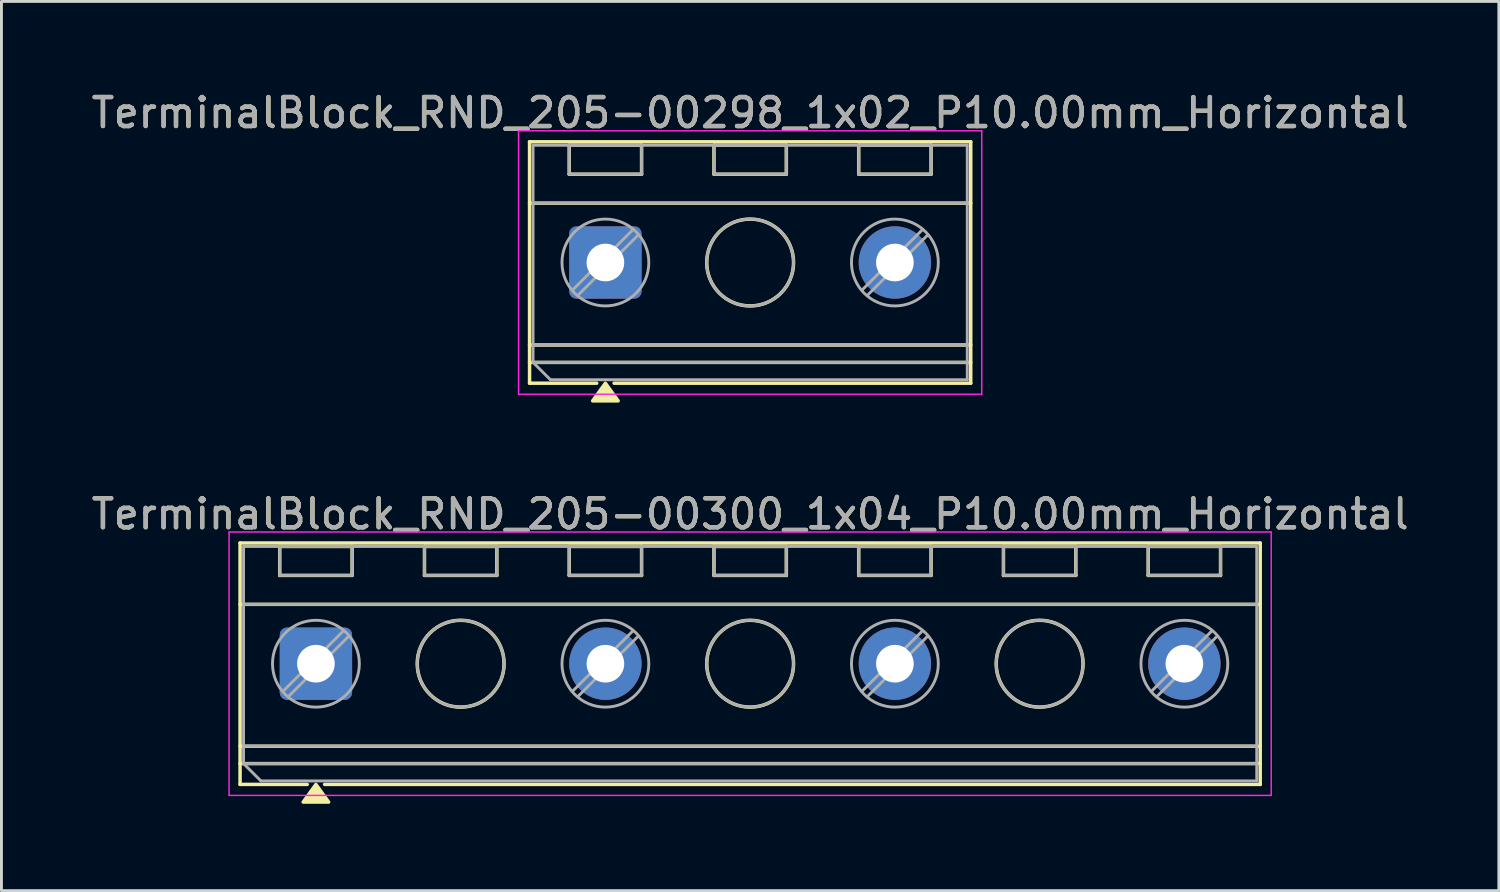
<source format=kicad_pcb>
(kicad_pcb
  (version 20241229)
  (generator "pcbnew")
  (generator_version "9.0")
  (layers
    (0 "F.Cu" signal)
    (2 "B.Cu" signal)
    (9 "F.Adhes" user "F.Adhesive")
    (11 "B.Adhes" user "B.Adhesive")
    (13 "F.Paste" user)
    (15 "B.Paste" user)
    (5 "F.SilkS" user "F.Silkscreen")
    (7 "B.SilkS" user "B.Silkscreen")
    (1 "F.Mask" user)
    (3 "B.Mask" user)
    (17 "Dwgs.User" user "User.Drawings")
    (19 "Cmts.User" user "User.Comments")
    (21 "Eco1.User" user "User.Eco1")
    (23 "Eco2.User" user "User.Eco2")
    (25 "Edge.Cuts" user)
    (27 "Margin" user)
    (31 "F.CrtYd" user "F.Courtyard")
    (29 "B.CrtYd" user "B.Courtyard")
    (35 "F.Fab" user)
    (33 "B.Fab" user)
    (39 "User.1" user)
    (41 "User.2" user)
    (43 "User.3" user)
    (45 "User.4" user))
  (footprint "TerminalBlock_RND_205-00300_1x04_P10.00mm_Horizontal"
    (layer "F.Cu")
    (at 7.863 19.877)
    (property "Reference" "TerminalBlock_RND_205-00300_1x04_P10.00mm_Horizontal" (at 15 -5.17 0) (layer "F.SilkS") (effects (font (size 1 1) (thickness 0.15))))
    (attr through_hole)
    (fp_line (start -2.62 -4.17) (end 32.62 -4.17) (stroke (width 0.12) (type solid)) (layer "F.SilkS"))
    (fp_line (start -2.62 -2.05) (end 32.62 -2.05) (stroke (width 0.12) (type solid)) (layer "F.SilkS"))
    (fp_line (start -2.62 2.85) (end 32.62 2.85) (stroke (width 0.12) (type solid)) (layer "F.SilkS"))
    (fp_line (start -2.62 3.45) (end 32.62 3.45) (stroke (width 0.12) (type solid)) (layer "F.SilkS"))
    (fp_line (start -2.62 4.17) (end -2.62 -4.17) (stroke (width 0.12) (type solid)) (layer "F.SilkS"))
    (fp_line (start -1.25 -4.05) (end 1.25 -4.05) (stroke (width 0.12) (type solid)) (layer "F.SilkS"))
    (fp_line (start -1.25 -3.05) (end -1.25 -4.05) (stroke (width 0.12) (type solid)) (layer "F.SilkS"))
    (fp_line (start -0.3 4.17) (end -2.62 4.17) (stroke (width 0.12) (type solid)) (layer "F.SilkS"))
    (fp_line (start 1.25 -4.05) (end 1.25 -3.05) (stroke (width 0.12) (type solid)) (layer "F.SilkS"))
    (fp_line (start 1.25 -3.05) (end -1.25 -3.05) (stroke (width 0.12) (type solid)) (layer "F.SilkS"))
    (fp_line (start 3.75 -4.05) (end 6.25 -4.05) (stroke (width 0.12) (type solid)) (layer "F.SilkS"))
    (fp_line (start 3.75 -3.05) (end 3.75 -4.05) (stroke (width 0.12) (type solid)) (layer "F.SilkS"))
    (fp_line (start 6.25 -4.05) (end 6.25 -3.05) (stroke (width 0.12) (type solid)) (layer "F.SilkS"))
    (fp_line (start 6.25 -3.05) (end 3.75 -3.05) (stroke (width 0.12) (type solid)) (layer "F.SilkS"))
    (fp_line (start 8.75 -4.05) (end 11.25 -4.05) (stroke (width 0.12) (type solid)) (layer "F.SilkS"))
    (fp_line (start 8.75 -3.05) (end 8.75 -4.05) (stroke (width 0.12) (type solid)) (layer "F.SilkS"))
    (fp_line (start 11.25 -4.05) (end 11.25 -3.05) (stroke (width 0.12) (type solid)) (layer "F.SilkS"))
    (fp_line (start 11.25 -3.05) (end 8.75 -3.05) (stroke (width 0.12) (type solid)) (layer "F.SilkS"))
    (fp_line (start 13.75 -4.05) (end 16.25 -4.05) (stroke (width 0.12) (type solid)) (layer "F.SilkS"))
    (fp_line (start 13.75 -3.05) (end 13.75 -4.05) (stroke (width 0.12) (type solid)) (layer "F.SilkS"))
    (fp_line (start 16.25 -4.05) (end 16.25 -3.05) (stroke (width 0.12) (type solid)) (layer "F.SilkS"))
    (fp_line (start 16.25 -3.05) (end 13.75 -3.05) (stroke (width 0.12) (type solid)) (layer "F.SilkS"))
    (fp_line (start 18.75 -4.05) (end 21.25 -4.05) (stroke (width 0.12) (type solid)) (layer "F.SilkS"))
    (fp_line (start 18.75 -3.05) (end 18.75 -4.05) (stroke (width 0.12) (type solid)) (layer "F.SilkS"))
    (fp_line (start 21.25 -4.05) (end 21.25 -3.05) (stroke (width 0.12) (type solid)) (layer "F.SilkS"))
    (fp_line (start 21.25 -3.05) (end 18.75 -3.05) (stroke (width 0.12) (type solid)) (layer "F.SilkS"))
    (fp_line (start 23.75 -4.05) (end 26.25 -4.05) (stroke (width 0.12) (type solid)) (layer "F.SilkS"))
    (fp_line (start 23.75 -3.05) (end 23.75 -4.05) (stroke (width 0.12) (type solid)) (layer "F.SilkS"))
    (fp_line (start 26.25 -4.05) (end 26.25 -3.05) (stroke (width 0.12) (type solid)) (layer "F.SilkS"))
    (fp_line (start 26.25 -3.05) (end 23.75 -3.05) (stroke (width 0.12) (type solid)) (layer "F.SilkS"))
    (fp_line (start 28.75 -4.05) (end 31.25 -4.05) (stroke (width 0.12) (type solid)) (layer "F.SilkS"))
    (fp_line (start 28.75 -3.05) (end 28.75 -4.05) (stroke (width 0.12) (type solid)) (layer "F.SilkS"))
    (fp_line (start 31.25 -4.05) (end 31.25 -3.05) (stroke (width 0.12) (type solid)) (layer "F.SilkS"))
    (fp_line (start 31.25 -3.05) (end 28.75 -3.05) (stroke (width 0.12) (type solid)) (layer "F.SilkS"))
    (fp_line (start 32.62 -4.17) (end 32.62 4.17) (stroke (width 0.12) (type solid)) (layer "F.SilkS"))
    (fp_line (start 32.62 4.17) (end 0.3 4.17) (stroke (width 0.12) (type solid)) (layer "F.SilkS"))
    (fp_circle (center 5 0) (end 6.5 0) (stroke (width 0.12) (type solid)) (fill no) (layer "F.SilkS"))
    (fp_circle (center 15 0) (end 16.5 0) (stroke (width 0.12) (type solid)) (fill no) (layer "F.SilkS"))
    (fp_circle (center 25 0) (end 26.5 0) (stroke (width 0.12) (type solid)) (fill no) (layer "F.SilkS"))
    (fp_poly (pts (xy 0 4.17) (xy 0.44 4.78) (xy -0.44 4.78)) (stroke (width 0.12) (type solid)) (fill yes) (layer "F.SilkS"))
    (fp_line (start -3 -4.55) (end -3 4.55) (stroke (width 0.05) (type solid)) (layer "F.CrtYd"))
    (fp_line (start -3 4.55) (end 33 4.55) (stroke (width 0.05) (type solid)) (layer "F.CrtYd"))
    (fp_line (start 33 -4.55) (end -3 -4.55) (stroke (width 0.05) (type solid)) (layer "F.CrtYd"))
    (fp_line (start 33 4.55) (end 33 -4.55) (stroke (width 0.05) (type solid)) (layer "F.CrtYd"))
    (fp_line (start -2.5 -4.05) (end 32.5 -4.05) (stroke (width 0.1) (type solid)) (layer "F.Fab"))
    (fp_line (start -2.5 -2.05) (end 32.5 -2.05) (stroke (width 0.1) (type solid)) (layer "F.Fab"))
    (fp_line (start -2.5 2.85) (end 32.5 2.85) (stroke (width 0.1) (type solid)) (layer "F.Fab"))
    (fp_line (start -2.5 3.45) (end -2.5 -4.05) (stroke (width 0.1) (type solid)) (layer "F.Fab"))
    (fp_line (start -2.5 3.45) (end 32.5 3.45) (stroke (width 0.1) (type solid)) (layer "F.Fab"))
    (fp_line (start -1.9 4.05) (end -2.5 3.45) (stroke (width 0.1) (type solid)) (layer "F.Fab"))
    (fp_line (start -1.25 -4.05) (end -1.25 -3.05) (stroke (width 0.1) (type solid)) (layer "F.Fab"))
    (fp_line (start -1.25 -3.05) (end 1.25 -3.05) (stroke (width 0.1) (type solid)) (layer "F.Fab"))
    (fp_line (start 0.955 -1.138) (end -1.138 0.955) (stroke (width 0.1) (type solid)) (layer "F.Fab"))
    (fp_line (start 1.138 -0.955) (end -0.955 1.138) (stroke (width 0.1) (type solid)) (layer "F.Fab"))
    (fp_line (start 1.25 -4.05) (end -1.25 -4.05) (stroke (width 0.1) (type solid)) (layer "F.Fab"))
    (fp_line (start 1.25 -3.05) (end 1.25 -4.05) (stroke (width 0.1) (type solid)) (layer "F.Fab"))
    (fp_line (start 3.75 -4.05) (end 3.75 -3.05) (stroke (width 0.1) (type solid)) (layer "F.Fab"))
    (fp_line (start 3.75 -3.05) (end 6.25 -3.05) (stroke (width 0.1) (type solid)) (layer "F.Fab"))
    (fp_line (start 6.25 -4.05) (end 3.75 -4.05) (stroke (width 0.1) (type solid)) (layer "F.Fab"))
    (fp_line (start 6.25 -3.05) (end 6.25 -4.05) (stroke (width 0.1) (type solid)) (layer "F.Fab"))
    (fp_line (start 8.75 -4.05) (end 8.75 -3.05) (stroke (width 0.1) (type solid)) (layer "F.Fab"))
    (fp_line (start 8.75 -3.05) (end 11.25 -3.05) (stroke (width 0.1) (type solid)) (layer "F.Fab"))
    (fp_line (start 10.955 -1.138) (end 8.862 0.955) (stroke (width 0.1) (type solid)) (layer "F.Fab"))
    (fp_line (start 11.138 -0.955) (end 9.045 1.138) (stroke (width 0.1) (type solid)) (layer "F.Fab"))
    (fp_line (start 11.25 -4.05) (end 8.75 -4.05) (stroke (width 0.1) (type solid)) (layer "F.Fab"))
    (fp_line (start 11.25 -3.05) (end 11.25 -4.05) (stroke (width 0.1) (type solid)) (layer "F.Fab"))
    (fp_line (start 13.75 -4.05) (end 13.75 -3.05) (stroke (width 0.1) (type solid)) (layer "F.Fab"))
    (fp_line (start 13.75 -3.05) (end 16.25 -3.05) (stroke (width 0.1) (type solid)) (layer "F.Fab"))
    (fp_line (start 16.25 -4.05) (end 13.75 -4.05) (stroke (width 0.1) (type solid)) (layer "F.Fab"))
    (fp_line (start 16.25 -3.05) (end 16.25 -4.05) (stroke (width 0.1) (type solid)) (layer "F.Fab"))
    (fp_line (start 18.75 -4.05) (end 18.75 -3.05) (stroke (width 0.1) (type solid)) (layer "F.Fab"))
    (fp_line (start 18.75 -3.05) (end 21.25 -3.05) (stroke (width 0.1) (type solid)) (layer "F.Fab"))
    (fp_line (start 20.955 -1.138) (end 18.862 0.955) (stroke (width 0.1) (type solid)) (layer "F.Fab"))
    (fp_line (start 21.138 -0.955) (end 19.045 1.138) (stroke (width 0.1) (type solid)) (layer "F.Fab"))
    (fp_line (start 21.25 -4.05) (end 18.75 -4.05) (stroke (width 0.1) (type solid)) (layer "F.Fab"))
    (fp_line (start 21.25 -3.05) (end 21.25 -4.05) (stroke (width 0.1) (type solid)) (layer "F.Fab"))
    (fp_line (start 23.75 -4.05) (end 23.75 -3.05) (stroke (width 0.1) (type solid)) (layer "F.Fab"))
    (fp_line (start 23.75 -3.05) (end 26.25 -3.05) (stroke (width 0.1) (type solid)) (layer "F.Fab"))
    (fp_line (start 26.25 -4.05) (end 23.75 -4.05) (stroke (width 0.1) (type solid)) (layer "F.Fab"))
    (fp_line (start 26.25 -3.05) (end 26.25 -4.05) (stroke (width 0.1) (type solid)) (layer "F.Fab"))
    (fp_line (start 28.75 -4.05) (end 28.75 -3.05) (stroke (width 0.1) (type solid)) (layer "F.Fab"))
    (fp_line (start 28.75 -3.05) (end 31.25 -3.05) (stroke (width 0.1) (type solid)) (layer "F.Fab"))
    (fp_line (start 30.955 -1.138) (end 28.862 0.955) (stroke (width 0.1) (type solid)) (layer "F.Fab"))
    (fp_line (start 31.138 -0.955) (end 29.045 1.138) (stroke (width 0.1) (type solid)) (layer "F.Fab"))
    (fp_line (start 31.25 -4.05) (end 28.75 -4.05) (stroke (width 0.1) (type solid)) (layer "F.Fab"))
    (fp_line (start 31.25 -3.05) (end 31.25 -4.05) (stroke (width 0.1) (type solid)) (layer "F.Fab"))
    (fp_line (start 32.5 -4.05) (end 32.5 4.05) (stroke (width 0.1) (type solid)) (layer "F.Fab"))
    (fp_line (start 32.5 4.05) (end -1.9 4.05) (stroke (width 0.1) (type solid)) (layer "F.Fab"))
    (fp_circle (center 0 0) (end 1.5 0) (stroke (width 0.1) (type solid)) (fill no) (layer "F.Fab"))
    (fp_circle (center 5 0) (end 6.5 0) (stroke (width 0.1) (type solid)) (fill no) (layer "F.Fab"))
    (fp_circle (center 10 0) (end 11.5 0) (stroke (width 0.1) (type solid)) (fill no) (layer "F.Fab"))
    (fp_circle (center 15 0) (end 16.5 0) (stroke (width 0.1) (type solid)) (fill no) (layer "F.Fab"))
    (fp_circle (center 20 0) (end 21.5 0) (stroke (width 0.1) (type solid)) (fill no) (layer "F.Fab"))
    (fp_circle (center 25 0) (end 26.5 0) (stroke (width 0.1) (type solid)) (fill no) (layer "F.Fab"))
    (fp_circle (center 30 0) (end 31.5 0) (stroke (width 0.1) (type solid)) (fill no) (layer "F.Fab"))
    (fp_text user "${REFERENCE}" (at 15 -5.17 0) (layer "F.Fab") (effects (font (size 1 1) (thickness 0.15))))
    (pad "1" thru_hole roundrect (at 0 0) (size 2.5 2.5) (drill 1.3) (layers "*.Cu" "*.Mask") (roundrect_rratio 0.1))
    (pad "2" thru_hole circle (at 10 0) (size 2.5 2.5) (drill 1.3) (layers "*.Cu" "*.Mask"))
    (pad "3" thru_hole circle (at 20 0) (size 2.5 2.5) (drill 1.3) (layers "*.Cu" "*.Mask"))
    (pad "4" thru_hole circle (at 30 0) (size 2.5 2.5) (drill 1.3) (layers "*.Cu" "*.Mask")))
  (footprint "TerminalBlock_RND_205-00298_1x02_P10.00mm_Horizontal"
    (layer "F.Cu")
    (at 17.863 6.018)
    (property "Reference" "TerminalBlock_RND_205-00298_1x02_P10.00mm_Horizontal" (at 5 -5.17 0) (layer "F.SilkS") (effects (font (size 1 1) (thickness 0.15))))
    (attr through_hole)
    (fp_line (start -2.62 -4.17) (end 12.62 -4.17) (stroke (width 0.12) (type solid)) (layer "F.SilkS"))
    (fp_line (start -2.62 -2.05) (end 12.62 -2.05) (stroke (width 0.12) (type solid)) (layer "F.SilkS"))
    (fp_line (start -2.62 2.85) (end 12.62 2.85) (stroke (width 0.12) (type solid)) (layer "F.SilkS"))
    (fp_line (start -2.62 3.45) (end 12.62 3.45) (stroke (width 0.12) (type solid)) (layer "F.SilkS"))
    (fp_line (start -2.62 4.17) (end -2.62 -4.17) (stroke (width 0.12) (type solid)) (layer "F.SilkS"))
    (fp_line (start -1.25 -4.05) (end 1.25 -4.05) (stroke (width 0.12) (type solid)) (layer "F.SilkS"))
    (fp_line (start -1.25 -3.05) (end -1.25 -4.05) (stroke (width 0.12) (type solid)) (layer "F.SilkS"))
    (fp_line (start -0.3 4.17) (end -2.62 4.17) (stroke (width 0.12) (type solid)) (layer "F.SilkS"))
    (fp_line (start 1.25 -4.05) (end 1.25 -3.05) (stroke (width 0.12) (type solid)) (layer "F.SilkS"))
    (fp_line (start 1.25 -3.05) (end -1.25 -3.05) (stroke (width 0.12) (type solid)) (layer "F.SilkS"))
    (fp_line (start 3.75 -4.05) (end 6.25 -4.05) (stroke (width 0.12) (type solid)) (layer "F.SilkS"))
    (fp_line (start 3.75 -3.05) (end 3.75 -4.05) (stroke (width 0.12) (type solid)) (layer "F.SilkS"))
    (fp_line (start 6.25 -4.05) (end 6.25 -3.05) (stroke (width 0.12) (type solid)) (layer "F.SilkS"))
    (fp_line (start 6.25 -3.05) (end 3.75 -3.05) (stroke (width 0.12) (type solid)) (layer "F.SilkS"))
    (fp_line (start 8.75 -4.05) (end 11.25 -4.05) (stroke (width 0.12) (type solid)) (layer "F.SilkS"))
    (fp_line (start 8.75 -3.05) (end 8.75 -4.05) (stroke (width 0.12) (type solid)) (layer "F.SilkS"))
    (fp_line (start 11.25 -4.05) (end 11.25 -3.05) (stroke (width 0.12) (type solid)) (layer "F.SilkS"))
    (fp_line (start 11.25 -3.05) (end 8.75 -3.05) (stroke (width 0.12) (type solid)) (layer "F.SilkS"))
    (fp_line (start 12.62 -4.17) (end 12.62 4.17) (stroke (width 0.12) (type solid)) (layer "F.SilkS"))
    (fp_line (start 12.62 4.17) (end 0.3 4.17) (stroke (width 0.12) (type solid)) (layer "F.SilkS"))
    (fp_circle (center 5 0) (end 6.5 0) (stroke (width 0.12) (type solid)) (fill no) (layer "F.SilkS"))
    (fp_poly (pts (xy 0 4.17) (xy 0.44 4.78) (xy -0.44 4.78)) (stroke (width 0.12) (type solid)) (fill yes) (layer "F.SilkS"))
    (fp_line (start -3 -4.55) (end -3 4.55) (stroke (width 0.05) (type solid)) (layer "F.CrtYd"))
    (fp_line (start -3 4.55) (end 13 4.55) (stroke (width 0.05) (type solid)) (layer "F.CrtYd"))
    (fp_line (start 13 -4.55) (end -3 -4.55) (stroke (width 0.05) (type solid)) (layer "F.CrtYd"))
    (fp_line (start 13 4.55) (end 13 -4.55) (stroke (width 0.05) (type solid)) (layer "F.CrtYd"))
    (fp_line (start -2.5 -4.05) (end 12.5 -4.05) (stroke (width 0.1) (type solid)) (layer "F.Fab"))
    (fp_line (start -2.5 -2.05) (end 12.5 -2.05) (stroke (width 0.1) (type solid)) (layer "F.Fab"))
    (fp_line (start -2.5 2.85) (end 12.5 2.85) (stroke (width 0.1) (type solid)) (layer "F.Fab"))
    (fp_line (start -2.5 3.45) (end -2.5 -4.05) (stroke (width 0.1) (type solid)) (layer "F.Fab"))
    (fp_line (start -2.5 3.45) (end 12.5 3.45) (stroke (width 0.1) (type solid)) (layer "F.Fab"))
    (fp_line (start -1.9 4.05) (end -2.5 3.45) (stroke (width 0.1) (type solid)) (layer "F.Fab"))
    (fp_line (start -1.25 -4.05) (end -1.25 -3.05) (stroke (width 0.1) (type solid)) (layer "F.Fab"))
    (fp_line (start -1.25 -3.05) (end 1.25 -3.05) (stroke (width 0.1) (type solid)) (layer "F.Fab"))
    (fp_line (start 0.955 -1.138) (end -1.138 0.955) (stroke (width 0.1) (type solid)) (layer "F.Fab"))
    (fp_line (start 1.138 -0.955) (end -0.955 1.138) (stroke (width 0.1) (type solid)) (layer "F.Fab"))
    (fp_line (start 1.25 -4.05) (end -1.25 -4.05) (stroke (width 0.1) (type solid)) (layer "F.Fab"))
    (fp_line (start 1.25 -3.05) (end 1.25 -4.05) (stroke (width 0.1) (type solid)) (layer "F.Fab"))
    (fp_line (start 3.75 -4.05) (end 3.75 -3.05) (stroke (width 0.1) (type solid)) (layer "F.Fab"))
    (fp_line (start 3.75 -3.05) (end 6.25 -3.05) (stroke (width 0.1) (type solid)) (layer "F.Fab"))
    (fp_line (start 6.25 -4.05) (end 3.75 -4.05) (stroke (width 0.1) (type solid)) (layer "F.Fab"))
    (fp_line (start 6.25 -3.05) (end 6.25 -4.05) (stroke (width 0.1) (type solid)) (layer "F.Fab"))
    (fp_line (start 8.75 -4.05) (end 8.75 -3.05) (stroke (width 0.1) (type solid)) (layer "F.Fab"))
    (fp_line (start 8.75 -3.05) (end 11.25 -3.05) (stroke (width 0.1) (type solid)) (layer "F.Fab"))
    (fp_line (start 10.955 -1.138) (end 8.862 0.955) (stroke (width 0.1) (type solid)) (layer "F.Fab"))
    (fp_line (start 11.138 -0.955) (end 9.045 1.138) (stroke (width 0.1) (type solid)) (layer "F.Fab"))
    (fp_line (start 11.25 -4.05) (end 8.75 -4.05) (stroke (width 0.1) (type solid)) (layer "F.Fab"))
    (fp_line (start 11.25 -3.05) (end 11.25 -4.05) (stroke (width 0.1) (type solid)) (layer "F.Fab"))
    (fp_line (start 12.5 -4.05) (end 12.5 4.05) (stroke (width 0.1) (type solid)) (layer "F.Fab"))
    (fp_line (start 12.5 4.05) (end -1.9 4.05) (stroke (width 0.1) (type solid)) (layer "F.Fab"))
    (fp_circle (center 0 0) (end 1.5 0) (stroke (width 0.1) (type solid)) (fill no) (layer "F.Fab"))
    (fp_circle (center 5 0) (end 6.5 0) (stroke (width 0.1) (type solid)) (fill no) (layer "F.Fab"))
    (fp_circle (center 10 0) (end 11.5 0) (stroke (width 0.1) (type solid)) (fill no) (layer "F.Fab"))
    (fp_text user "${REFERENCE}" (at 5 -5.17 0) (layer "F.Fab") (effects (font (size 1 1) (thickness 0.15))))
    (pad "1" thru_hole roundrect (at 0 0) (size 2.5 2.5) (drill 1.3) (layers "*.Cu" "*.Mask") (roundrect_rratio 0.1))
    (pad "2" thru_hole circle (at 10 0) (size 2.5 2.5) (drill 1.3) (layers "*.Cu" "*.Mask")))
  (gr_rect
    (start -3 -3)
    (end 48.726 27.716)
    (stroke (width 0.1) (type default))
    (fill no)
    (layer "Edge.Cuts")))
</source>
